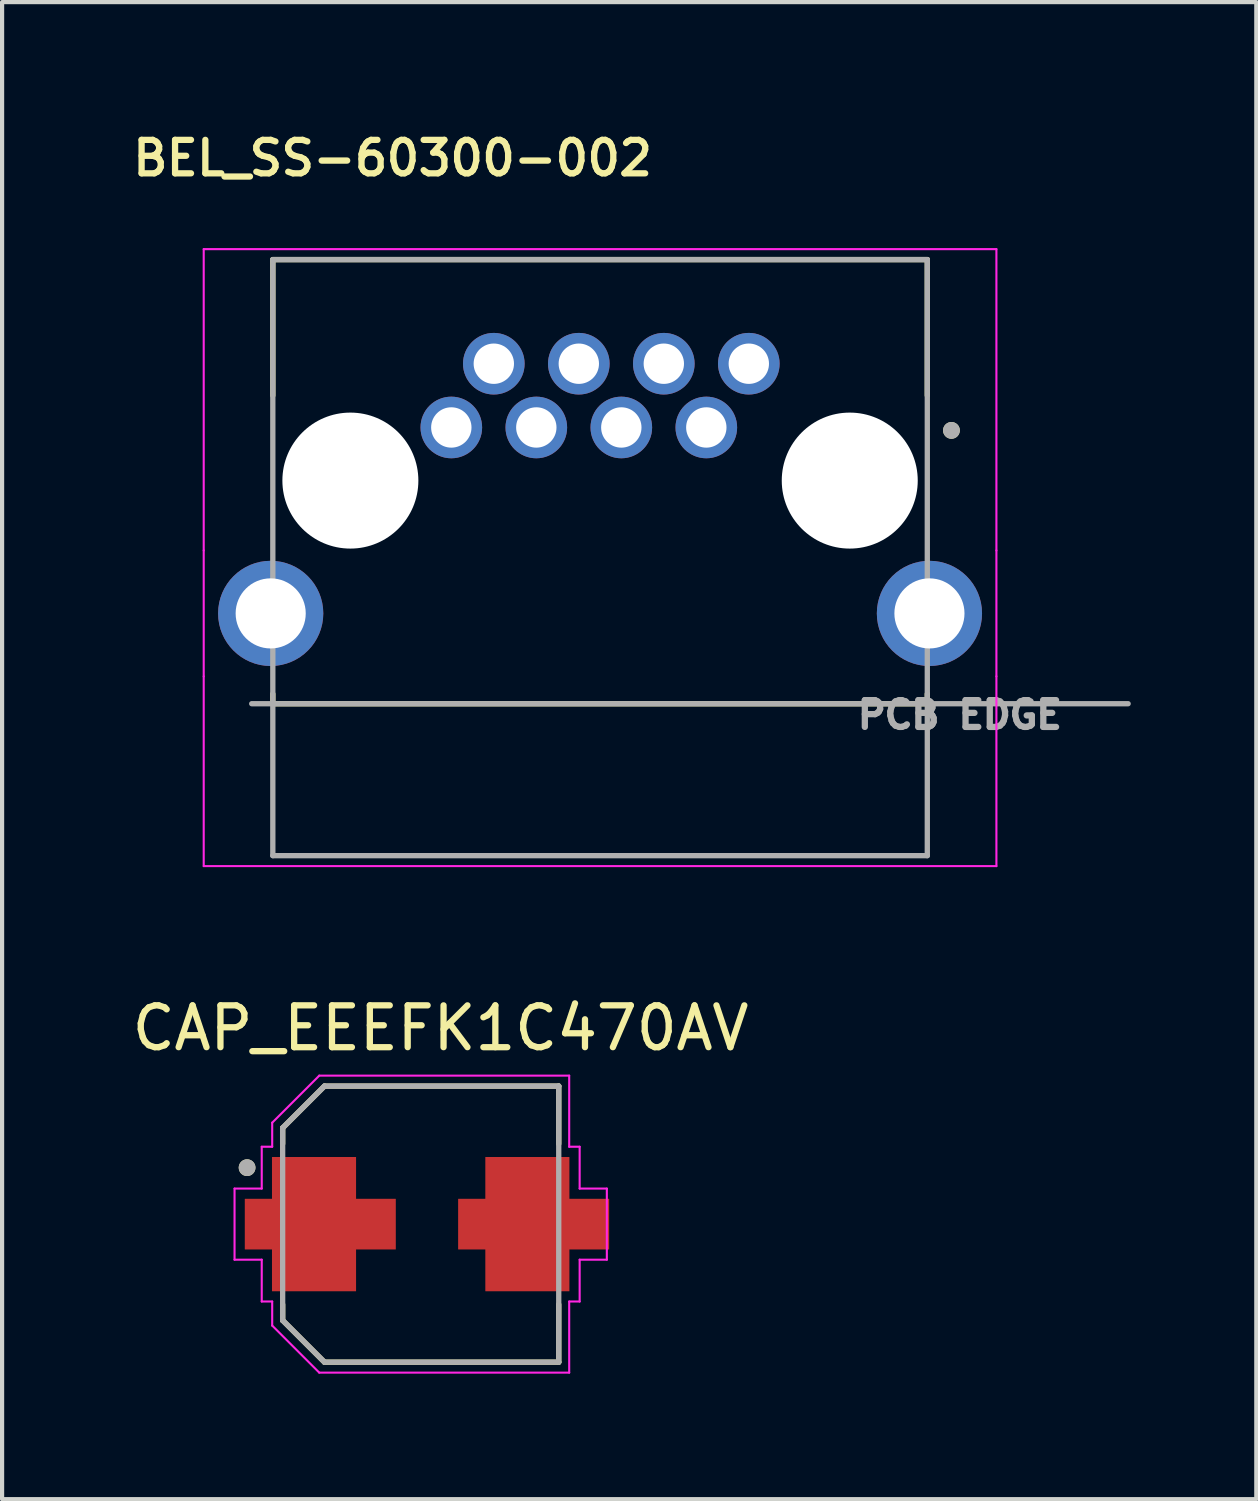
<source format=kicad_pcb>
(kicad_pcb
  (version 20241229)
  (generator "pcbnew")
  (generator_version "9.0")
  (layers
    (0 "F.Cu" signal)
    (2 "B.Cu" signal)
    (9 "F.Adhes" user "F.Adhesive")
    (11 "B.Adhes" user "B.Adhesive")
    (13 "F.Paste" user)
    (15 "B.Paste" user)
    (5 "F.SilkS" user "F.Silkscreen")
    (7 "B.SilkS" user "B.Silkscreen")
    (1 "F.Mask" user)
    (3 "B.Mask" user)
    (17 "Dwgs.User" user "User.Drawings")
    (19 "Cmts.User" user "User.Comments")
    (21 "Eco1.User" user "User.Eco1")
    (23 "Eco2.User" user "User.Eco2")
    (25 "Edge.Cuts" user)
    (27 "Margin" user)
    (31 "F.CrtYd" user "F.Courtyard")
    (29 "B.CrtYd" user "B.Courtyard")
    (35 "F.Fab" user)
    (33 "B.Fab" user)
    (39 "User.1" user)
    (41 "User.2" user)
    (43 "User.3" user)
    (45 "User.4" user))
  (footprint "BEL_SS-60300-002"
    (layer "F.Cu")
    (at 11.295 8.439)
    (property "Reference" "BEL_SS-60300-002" (at -4.96 -7.708 0) (layer "F.SilkS") (effects (font (size 0.8 0.8) (thickness 0.15))))
    (attr through_hole)
    (fp_line (start -7.823 -5.283) (end -7.823 -2.034) (stroke (width 0.127) (type solid)) (layer "F.SilkS"))
    (fp_line (start -7.823 5.1) (end -7.823 5.334) (stroke (width 0.127) (type solid)) (layer "F.SilkS"))
    (fp_line (start -7.823 5.334) (end 7.823 5.334) (stroke (width 0.127) (type solid)) (layer "F.SilkS"))
    (fp_line (start 7.823 -5.283) (end -7.823 -5.283) (stroke (width 0.127) (type solid)) (layer "F.SilkS"))
    (fp_line (start 7.823 -5.283) (end 7.823 -2.034) (stroke (width 0.127) (type solid)) (layer "F.SilkS"))
    (fp_line (start 7.823 5.1) (end 7.823 5.334) (stroke (width 0.127) (type solid)) (layer "F.SilkS"))
    (fp_circle (center 8.4 -1.2) (end 8.5 -1.2) (stroke (width 0.2) (type solid)) (fill no) (layer "F.SilkS"))
    (fp_line (start -9.475 -5.533) (end 9.475 -5.533) (stroke (width 0.05) (type solid)) (layer "F.CrtYd"))
    (fp_line (start -9.475 1.67) (end -9.475 -5.533) (stroke (width 0.05) (type solid)) (layer "F.CrtYd"))
    (fp_line (start -9.475 4.68) (end -9.475 1.67) (stroke (width 0.05) (type solid)) (layer "F.CrtYd"))
    (fp_line (start -9.475 9.216) (end -9.475 4.68) (stroke (width 0.05) (type solid)) (layer "F.CrtYd"))
    (fp_line (start 9.475 -5.533) (end 9.475 1.67) (stroke (width 0.05) (type solid)) (layer "F.CrtYd"))
    (fp_line (start 9.475 1.67) (end 9.475 4.68) (stroke (width 0.05) (type solid)) (layer "F.CrtYd"))
    (fp_line (start 9.475 4.68) (end 9.475 9.216) (stroke (width 0.05) (type solid)) (layer "F.CrtYd"))
    (fp_line (start 9.475 9.216) (end -9.475 9.216) (stroke (width 0.05) (type solid)) (layer "F.CrtYd"))
    (fp_line (start -8.328 5.334) (end 12.624 5.334) (stroke (width 0.127) (type solid)) (layer "F.Fab"))
    (fp_line (start -7.823 -5.283) (end -7.823 8.966) (stroke (width 0.127) (type solid)) (layer "F.Fab"))
    (fp_line (start -7.823 8.966) (end 7.823 8.966) (stroke (width 0.127) (type solid)) (layer "F.Fab"))
    (fp_line (start 7.823 -5.283) (end -7.823 -5.283) (stroke (width 0.127) (type solid)) (layer "F.Fab"))
    (fp_line (start 7.823 8.966) (end 7.823 -5.283) (stroke (width 0.127) (type solid)) (layer "F.Fab"))
    (fp_circle (center 8.4 -1.2) (end 8.5 -1.2) (stroke (width 0.2) (type solid)) (fill no) (layer "F.Fab"))
    (fp_text user "PCB EDGE" (at 8.6 5.6 0) (layer "F.Fab") (effects (font (size 0.64 0.64) (thickness 0.15))))
    (pad "" np_thru_hole circle (at -5.969 0) (size 3.251 3.251) (drill 3.251) (layers "*.Cu" "*.Mask"))
    (pad "" np_thru_hole circle (at 5.969 0) (size 3.251 3.251) (drill 3.251) (layers "*.Cu" "*.Mask"))
    (pad "1" thru_hole circle (at 2.54 -1.27) (size 1.473 1.473) (drill 0.965) (layers "*.Cu" "*.Mask"))
    (pad "2" thru_hole circle (at 3.556 -2.794) (size 1.473 1.473) (drill 0.965) (layers "*.Cu" "*.Mask"))
    (pad "3" thru_hole circle (at 1.524 -2.794) (size 1.473 1.473) (drill 0.965) (layers "*.Cu" "*.Mask"))
    (pad "4" thru_hole circle (at -0.508 -2.794) (size 1.473 1.473) (drill 0.965) (layers "*.Cu" "*.Mask"))
    (pad "5" thru_hole circle (at 0.508 -1.27) (size 1.473 1.473) (drill 0.965) (layers "*.Cu" "*.Mask"))
    (pad "6" thru_hole circle (at -1.524 -1.27) (size 1.473 1.473) (drill 0.965) (layers "*.Cu" "*.Mask"))
    (pad "7" thru_hole circle (at -3.556 -1.27) (size 1.473 1.473) (drill 0.965) (layers "*.Cu" "*.Mask"))
    (pad "8" thru_hole circle (at -2.54 -2.794) (size 1.473 1.473) (drill 0.965) (layers "*.Cu" "*.Mask"))
    (pad "S1" thru_hole circle (at -7.874 3.175) (size 2.515 2.515) (drill 1.676) (layers "*.Cu" "*.Mask"))
    (pad "S2" thru_hole circle (at 7.874 3.175) (size 2.515 2.515) (drill 1.676) (layers "*.Cu" "*.Mask")))
  (footprint "CAP_EEEFK1C470AV"
    (layer "F.Cu")
    (at 7.007 26.214)
    (property "Reference" "CAP_EEEFK1C470AV" (at 0.475 -4.685 0) (layer "F.SilkS") (effects (font (size 1 1) (thickness 0.15))))
    (attr smd)
    (fp_poly (pts (xy -3.65 1.7) (xy -3.65 0.7) (xy -4.3 0.7) (xy -4.3 -0.7) (xy -3.65 -0.7) (xy -3.65 -1.7) (xy -1.45 -1.7) (xy -1.45 -0.7) (xy -0.5 -0.7) (xy -0.5 0.7) (xy -1.45 0.7) (xy -1.45 1.7)) (stroke (width 0.01) (type solid)) (fill yes) (layer "F.Mask"))
    (fp_poly (pts (xy 3.65 1.7) (xy 3.65 0.7) (xy 4.3 0.7) (xy 4.3 -0.7) (xy 3.65 -0.7) (xy 3.65 -1.7) (xy 1.45 -1.7) (xy 1.45 -0.7) (xy 0.5 -0.7) (xy 0.5 0.7) (xy 1.45 0.7) (xy 1.45 1.7)) (stroke (width 0.01) (type solid)) (fill yes) (layer "F.Mask"))
    (fp_line (start -3.3 -2.3) (end -3.3 -1.92) (stroke (width 0.127) (type solid)) (layer "F.SilkS"))
    (fp_line (start -3.3 1.92) (end -3.3 2.3) (stroke (width 0.127) (type solid)) (layer "F.SilkS"))
    (fp_line (start -3.3 2.3) (end -2.3 3.3) (stroke (width 0.127) (type solid)) (layer "F.SilkS"))
    (fp_line (start -2.3 -3.3) (end -3.3 -2.3) (stroke (width 0.127) (type solid)) (layer "F.SilkS"))
    (fp_line (start -2.3 3.3) (end 3.3 3.3) (stroke (width 0.127) (type solid)) (layer "F.SilkS"))
    (fp_line (start 3.3 -3.3) (end -2.3 -3.3) (stroke (width 0.127) (type solid)) (layer "F.SilkS"))
    (fp_line (start 3.3 -1.92) (end 3.3 -3.3) (stroke (width 0.127) (type solid)) (layer "F.SilkS"))
    (fp_line (start 3.3 3.3) (end 3.3 1.92) (stroke (width 0.127) (type solid)) (layer "F.SilkS"))
    (fp_circle (center -4.15 -1.35) (end -4.05 -1.35) (stroke (width 0.2) (type solid)) (fill no) (layer "F.SilkS"))
    (fp_poly (pts (xy -3.55 1.6) (xy -3.55 0.6) (xy -4.2 0.6) (xy -4.2 -0.6) (xy -3.55 -0.6) (xy -3.55 -1.6) (xy -1.55 -1.6) (xy -1.55 -0.6) (xy -0.6 -0.6) (xy -0.6 0.6) (xy -1.55 0.6) (xy -1.55 1.6)) (stroke (width 0.01) (type solid)) (fill yes) (layer "F.Paste"))
    (fp_poly (pts (xy 3.55 1.6) (xy 3.55 0.6) (xy 4.2 0.6) (xy 4.2 -0.6) (xy 3.55 -0.6) (xy 3.55 -1.6) (xy 1.55 -1.6) (xy 1.55 -0.6) (xy 0.6 -0.6) (xy 0.6 0.6) (xy 1.55 0.6) (xy 1.55 1.6)) (stroke (width 0.01) (type solid)) (fill yes) (layer "F.Paste"))
    (fp_line (start -4.45 -0.85) (end -3.8 -0.85) (stroke (width 0.05) (type solid)) (layer "F.CrtYd"))
    (fp_line (start -4.45 0.85) (end -4.45 -0.85) (stroke (width 0.05) (type solid)) (layer "F.CrtYd"))
    (fp_line (start -3.8 -1.85) (end -3.55 -1.85) (stroke (width 0.05) (type solid)) (layer "F.CrtYd"))
    (fp_line (start -3.8 -0.85) (end -3.8 -1.85) (stroke (width 0.05) (type solid)) (layer "F.CrtYd"))
    (fp_line (start -3.8 0.85) (end -4.45 0.85) (stroke (width 0.05) (type solid)) (layer "F.CrtYd"))
    (fp_line (start -3.8 1.85) (end -3.8 0.85) (stroke (width 0.05) (type solid)) (layer "F.CrtYd"))
    (fp_line (start -3.55 -2.425) (end -2.425 -3.55) (stroke (width 0.05) (type solid)) (layer "F.CrtYd"))
    (fp_line (start -3.55 -1.85) (end -3.55 -2.425) (stroke (width 0.05) (type solid)) (layer "F.CrtYd"))
    (fp_line (start -3.55 1.85) (end -3.8 1.85) (stroke (width 0.05) (type solid)) (layer "F.CrtYd"))
    (fp_line (start -3.55 2.425) (end -3.55 1.85) (stroke (width 0.05) (type solid)) (layer "F.CrtYd"))
    (fp_line (start -2.425 -3.55) (end 3.55 -3.55) (stroke (width 0.05) (type solid)) (layer "F.CrtYd"))
    (fp_line (start -2.425 3.55) (end -3.55 2.425) (stroke (width 0.05) (type solid)) (layer "F.CrtYd"))
    (fp_line (start 3.55 -3.55) (end 3.55 -1.85) (stroke (width 0.05) (type solid)) (layer "F.CrtYd"))
    (fp_line (start 3.55 -1.85) (end 3.8 -1.85) (stroke (width 0.05) (type solid)) (layer "F.CrtYd"))
    (fp_line (start 3.55 1.85) (end 3.55 3.55) (stroke (width 0.05) (type solid)) (layer "F.CrtYd"))
    (fp_line (start 3.55 3.55) (end -2.425 3.55) (stroke (width 0.05) (type solid)) (layer "F.CrtYd"))
    (fp_line (start 3.8 -1.85) (end 3.8 -0.85) (stroke (width 0.05) (type solid)) (layer "F.CrtYd"))
    (fp_line (start 3.8 -0.85) (end 4.45 -0.85) (stroke (width 0.05) (type solid)) (layer "F.CrtYd"))
    (fp_line (start 3.8 0.85) (end 3.8 1.85) (stroke (width 0.05) (type solid)) (layer "F.CrtYd"))
    (fp_line (start 3.8 1.85) (end 3.55 1.85) (stroke (width 0.05) (type solid)) (layer "F.CrtYd"))
    (fp_line (start 4.45 -0.85) (end 4.45 0.85) (stroke (width 0.05) (type solid)) (layer "F.CrtYd"))
    (fp_line (start 4.45 0.85) (end 3.8 0.85) (stroke (width 0.05) (type solid)) (layer "F.CrtYd"))
    (fp_line (start -3.3 -2.3) (end -3.3 2.3) (stroke (width 0.127) (type solid)) (layer "F.Fab"))
    (fp_line (start -3.3 2.3) (end -2.3 3.3) (stroke (width 0.127) (type solid)) (layer "F.Fab"))
    (fp_line (start -2.3 -3.3) (end -3.3 -2.3) (stroke (width 0.127) (type solid)) (layer "F.Fab"))
    (fp_line (start -2.3 3.3) (end 3.3 3.3) (stroke (width 0.127) (type solid)) (layer "F.Fab"))
    (fp_line (start 3.3 -3.3) (end -2.3 -3.3) (stroke (width 0.127) (type solid)) (layer "F.Fab"))
    (fp_line (start 3.3 3.3) (end 3.3 -3.3) (stroke (width 0.127) (type solid)) (layer "F.Fab"))
    (fp_circle (center -4.15 -1.35) (end -4.05 -1.35) (stroke (width 0.2) (type solid)) (fill no) (layer "F.Fab"))
    (pad "1" smd custom (at -2.55 0) (size 1.8 1.8) (layers "F.Cu") (options (anchor rect)) (primitives (gr_poly (pts (xy -1 1.6) (xy -1 0.6) (xy -1.65 0.6) (xy -1.65 -0.6) (xy -1 -0.6) (xy -1 -1.6) (xy 1 -1.6) (xy 1 -0.6) (xy 1.95 -0.6) (xy 1.95 0.6) (xy 1 0.6) (xy 1 1.6)) (width 0.01) (fill yes))))
    (pad "2" smd custom (at 2.55 0 180) (size 1.8 1.8) (layers "F.Cu") (options (anchor rect)) (primitives (gr_poly (pts (xy 1 1.6) (xy 1 0.6) (xy 1.65 0.6) (xy 1.65 -0.6) (xy 1 -0.6) (xy 1 -1.6) (xy -1 -1.6) (xy -1 -0.6) (xy -1.95 -0.6) (xy -1.95 0.6) (xy -1 0.6) (xy -1 1.6)) (width 0.01) (fill yes)))))
  (gr_rect
    (start -3 -3)
    (end 26.983 32.789)
    (stroke (width 0.1) (type default))
    (fill no)
    (layer "Edge.Cuts")))
</source>
